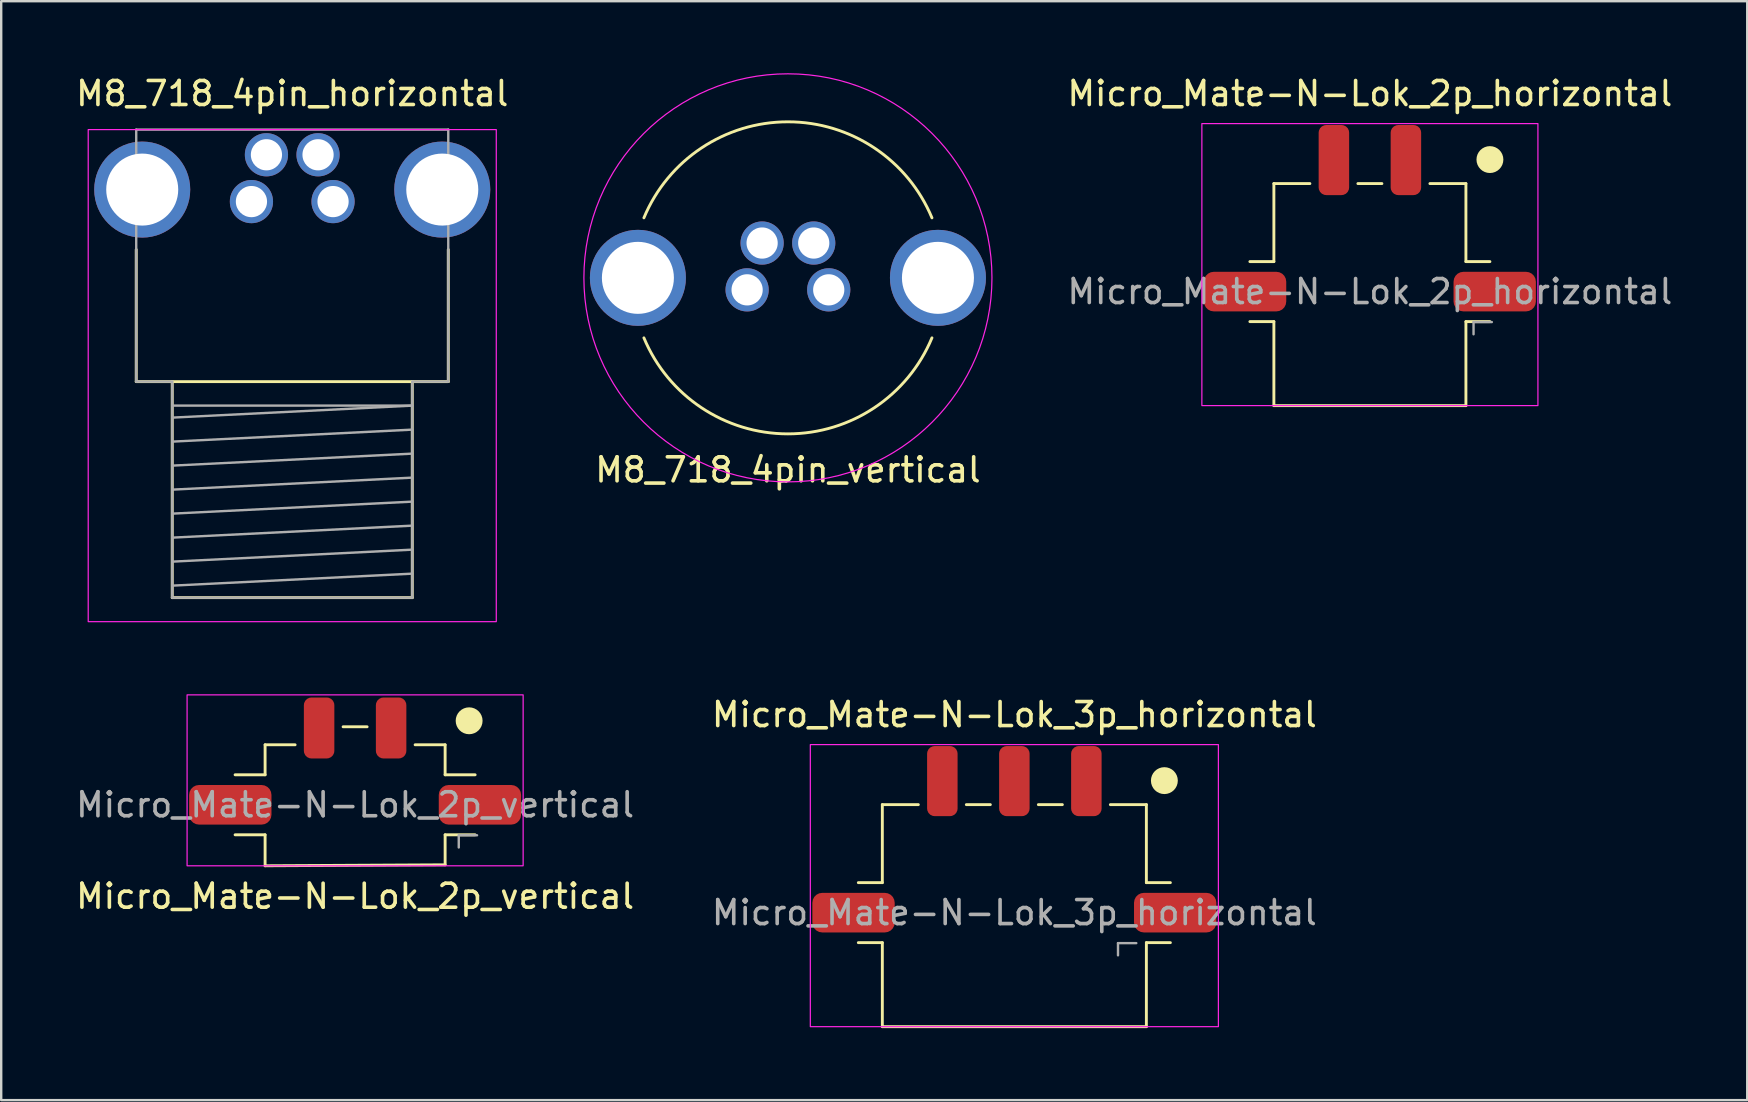
<source format=kicad_pcb>
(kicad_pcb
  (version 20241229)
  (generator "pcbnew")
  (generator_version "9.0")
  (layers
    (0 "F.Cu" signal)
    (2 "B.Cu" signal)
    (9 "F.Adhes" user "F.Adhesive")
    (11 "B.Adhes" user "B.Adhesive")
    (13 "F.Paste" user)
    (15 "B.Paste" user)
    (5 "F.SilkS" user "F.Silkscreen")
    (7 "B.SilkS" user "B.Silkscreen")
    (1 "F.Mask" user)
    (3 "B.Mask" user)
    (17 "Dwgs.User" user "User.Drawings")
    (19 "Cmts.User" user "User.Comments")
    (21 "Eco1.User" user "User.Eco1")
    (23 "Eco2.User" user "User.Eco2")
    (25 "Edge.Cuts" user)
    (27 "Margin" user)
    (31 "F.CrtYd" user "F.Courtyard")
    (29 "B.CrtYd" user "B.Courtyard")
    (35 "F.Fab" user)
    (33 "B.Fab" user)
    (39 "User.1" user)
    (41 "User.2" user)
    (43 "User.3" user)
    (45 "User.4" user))
  (footprint "Micro_Mate-N-Lok_2p_vertical"
    (layer "F.Cu")
    (at 11.744 30.478)
    (property "Reference" "Micro_Mate-N-Lok_2p_vertical" (at 0 3.81 0) (unlocked yes) (layer "F.SilkS") (effects (font (size 1 1) (thickness 0.15))))
    (attr smd)
    (fp_line (start -3.75 -2.5) (end -2.5 -2.5) (stroke (width 0.12) (type solid)) (layer "F.SilkS"))
    (fp_line (start -3.75 -1.25) (end -5 -1.25) (stroke (width 0.12) (type solid)) (layer "F.SilkS"))
    (fp_line (start -3.75 -1.25) (end -3.75 -2.5) (stroke (width 0.12) (type solid)) (layer "F.SilkS"))
    (fp_line (start -3.75 1.25) (end -5 1.25) (stroke (width 0.12) (type solid)) (layer "F.SilkS"))
    (fp_line (start -3.75 1.25) (end -3.75 2.54) (stroke (width 0.12) (type solid)) (layer "F.SilkS"))
    (fp_line (start -3.75 2.54) (end 3.75 2.5) (stroke (width 0.12) (type solid)) (layer "F.SilkS"))
    (fp_line (start -0.5 -3.25) (end 0.5 -3.25) (stroke (width 0.12) (type solid)) (layer "F.SilkS"))
    (fp_line (start 3.75 -2.5) (end 2.5 -2.5) (stroke (width 0.12) (type solid)) (layer "F.SilkS"))
    (fp_line (start 3.75 -1.25) (end 3.75 -2.5) (stroke (width 0.12) (type solid)) (layer "F.SilkS"))
    (fp_line (start 3.75 -1.25) (end 5 -1.25) (stroke (width 0.12) (type solid)) (layer "F.SilkS"))
    (fp_line (start 3.75 1.25) (end 5 1.25) (stroke (width 0.12) (type solid)) (layer "F.SilkS"))
    (fp_line (start 3.75 2.5) (end 3.75 1.25) (stroke (width 0.12) (type solid)) (layer "F.SilkS"))
    (fp_circle (center 4.75 -3.5) (end 5.25 -3.5) (stroke (width 0.12) (type solid)) (fill yes) (layer "F.SilkS"))
    (fp_rect (start -7 -4.58) (end 7 2.54) (stroke (width 0.05) (type solid)) (fill no) (layer "F.CrtYd"))
    (fp_line (start 4.318 1.27) (end 5.08 1.27) (stroke (width 0.1) (type solid)) (layer "F.Fab"))
    (fp_line (start 4.318 1.778) (end 4.318 1.27) (stroke (width 0.1) (type solid)) (layer "F.Fab"))
    (fp_text user "${REFERENCE}" (at 0 0 0) (unlocked yes) (layer "F.Fab") (effects (font (size 1 1) (thickness 0.15))))
    (pad "" smd roundrect (at -5.2 0) (size 3.43 1.65) (layers "F.Cu" "F.Mask" "F.Paste") (roundrect_rratio 0.25))
    (pad "" smd roundrect (at 5.2 0) (size 3.43 1.65) (layers "F.Cu" "F.Mask" "F.Paste") (roundrect_rratio 0.25))
    (pad "1" smd roundrect (at 1.5 -3.2) (size 1.27 2.54) (layers "F.Cu" "F.Mask" "F.Paste") (roundrect_rratio 0.25))
    (pad "2" smd roundrect (at -1.5 -3.2) (size 1.27 2.54) (layers "F.Cu" "F.Mask" "F.Paste") (roundrect_rratio 0.25)))
  (footprint "M8_718_4pin_vertical"
    (layer "F.Cu")
    (at 29.775 8.525)
    (property "Reference" "M8_718_4pin_vertical" (at 0 8 0) (layer "F.SilkS") (effects (font (size 1 1) (thickness 0.15))))
    (attr through_hole)
    (fp_arc (start -6 -2.5) (mid 0 -6.5) (end 6 -2.5) (stroke (width 0.12) (type solid)) (layer "F.SilkS"))
    (fp_arc (start 6 2.5) (mid 0 6.5) (end -6 2.5) (stroke (width 0.12) (type solid)) (layer "F.SilkS"))
    (fp_circle (center 0 0) (end 8.5 0) (stroke (width 0.05) (type solid)) (fill no) (layer "F.CrtYd"))
    (pad "1" thru_hole circle (at 1.7 0.5) (size 1.8 1.8) (drill 1.3) (layers "*.Cu" "*.Mask"))
    (pad "2" thru_hole circle (at 1.075 -1.45) (size 1.8 1.8) (drill 1.3) (layers "*.Cu" "*.Mask"))
    (pad "3" thru_hole circle (at -1.7 0.5) (size 1.8 1.8) (drill 1.3) (layers "*.Cu" "*.Mask"))
    (pad "4" thru_hole circle (at -1.075 -1.45) (size 1.8 1.8) (drill 1.3) (layers "*.Cu" "*.Mask"))
    (pad "5" thru_hole circle (at -6.25 0) (size 4 4) (drill 3) (layers "*.Cu" "*.Mask"))
    (pad "5" thru_hole circle (at 6.25 0) (size 4 4) (drill 3) (layers "*.Cu" "*.Mask")))
  (footprint "Micro_Mate-N-Lok_2p_horizontal"
    (layer "F.Cu")
    (at 54.02 9.098)
    (property "Reference" "Micro_Mate-N-Lok_2p_horizontal" (at 0 -8.25 0) (unlocked yes) (layer "F.SilkS") (effects (font (size 1 1) (thickness 0.15))))
    (attr smd)
    (fp_line (start -5 1.25) (end -4 1.25) (stroke (width 0.12) (type solid)) (layer "F.SilkS"))
    (fp_line (start -4 -4.5) (end -2.5 -4.5) (stroke (width 0.12) (type solid)) (layer "F.SilkS"))
    (fp_line (start -4 -1.25) (end -5 -1.25) (stroke (width 0.12) (type solid)) (layer "F.SilkS"))
    (fp_line (start -4 -1.25) (end -4 -4.5) (stroke (width 0.12) (type solid)) (layer "F.SilkS"))
    (fp_line (start -4 1.25) (end -4 4.75) (stroke (width 0.12) (type solid)) (layer "F.SilkS"))
    (fp_line (start -4 4.75) (end 4 4.75) (stroke (width 0.12) (type solid)) (layer "F.SilkS"))
    (fp_line (start -0.5 -4.5) (end 0.5 -4.5) (stroke (width 0.12) (type solid)) (layer "F.SilkS"))
    (fp_line (start 2.5 -4.5) (end 4 -4.5) (stroke (width 0.12) (type solid)) (layer "F.SilkS"))
    (fp_line (start 4 -1.25) (end 4 -4.5) (stroke (width 0.12) (type solid)) (layer "F.SilkS"))
    (fp_line (start 4 1.25) (end 5 1.25) (stroke (width 0.12) (type solid)) (layer "F.SilkS"))
    (fp_line (start 4 4.75) (end 4 1.25) (stroke (width 0.12) (type solid)) (layer "F.SilkS"))
    (fp_line (start 5 -1.25) (end 4 -1.25) (stroke (width 0.12) (type solid)) (layer "F.SilkS"))
    (fp_circle (center 5 -5.5) (end 5.5 -5.5) (stroke (width 0.12) (type solid)) (fill yes) (layer "F.SilkS"))
    (fp_rect (start -7 -7) (end 7 4.75) (stroke (width 0.05) (type solid)) (fill no) (layer "F.CrtYd"))
    (fp_line (start 4.318 1.27) (end 5.08 1.27) (stroke (width 0.1) (type solid)) (layer "F.Fab"))
    (fp_line (start 4.318 1.778) (end 4.318 1.27) (stroke (width 0.1) (type solid)) (layer "F.Fab"))
    (fp_text user "${REFERENCE}" (at 0 0 0) (unlocked yes) (layer "F.Fab") (effects (font (size 1 1) (thickness 0.15))))
    (pad "" smd roundrect (at -5.2 0) (size 3.43 1.65) (layers "F.Cu" "F.Mask" "F.Paste") (roundrect_rratio 0.25))
    (pad "" smd roundrect (at 5.2 0) (size 3.43 1.65) (layers "F.Cu" "F.Mask" "F.Paste") (roundrect_rratio 0.25))
    (pad "1" smd roundrect (at 1.5 -5.48) (size 1.27 2.92) (layers "F.Cu" "F.Mask" "F.Paste") (roundrect_rratio 0.25))
    (pad "2" smd roundrect (at -1.5 -5.48) (size 1.27 2.92) (layers "F.Cu" "F.Mask" "F.Paste") (roundrect_rratio 0.25)))
  (footprint "Micro_Mate-N-Lok_3p_horizontal"
    (layer "F.Cu")
    (at 39.208 34.971)
    (property "Reference" "Micro_Mate-N-Lok_3p_horizontal" (at 0 -8.25 0) (unlocked yes) (layer "F.SilkS") (effects (font (size 1 1) (thickness 0.15))))
    (attr smd)
    (fp_line (start -6.5 1.25) (end -5.5 1.25) (stroke (width 0.12) (type solid)) (layer "F.SilkS"))
    (fp_line (start -5.5 -4.5) (end -4 -4.5) (stroke (width 0.12) (type solid)) (layer "F.SilkS"))
    (fp_line (start -5.5 -1.25) (end -6.5 -1.25) (stroke (width 0.12) (type solid)) (layer "F.SilkS"))
    (fp_line (start -5.5 -1.25) (end -5.5 -4.5) (stroke (width 0.12) (type solid)) (layer "F.SilkS"))
    (fp_line (start -5.5 1.25) (end -5.5 4.75) (stroke (width 0.12) (type solid)) (layer "F.SilkS"))
    (fp_line (start -5.5 4.75) (end 5.5 4.75) (stroke (width 0.12) (type solid)) (layer "F.SilkS"))
    (fp_line (start -2 -4.5) (end -1 -4.5) (stroke (width 0.12) (type solid)) (layer "F.SilkS"))
    (fp_line (start 1 -4.5) (end 2 -4.5) (stroke (width 0.12) (type solid)) (layer "F.SilkS"))
    (fp_line (start 4 -4.5) (end 5.5 -4.5) (stroke (width 0.12) (type solid)) (layer "F.SilkS"))
    (fp_line (start 5.5 -1.25) (end 5.5 -4.5) (stroke (width 0.12) (type solid)) (layer "F.SilkS"))
    (fp_line (start 5.5 1.25) (end 6.5 1.25) (stroke (width 0.12) (type solid)) (layer "F.SilkS"))
    (fp_line (start 5.5 4.75) (end 5.5 1.25) (stroke (width 0.12) (type solid)) (layer "F.SilkS"))
    (fp_line (start 6.5 -1.25) (end 5.5 -1.25) (stroke (width 0.12) (type solid)) (layer "F.SilkS"))
    (fp_circle (center 6.25 -5.5) (end 6.75 -5.5) (stroke (width 0.12) (type solid)) (fill yes) (layer "F.SilkS"))
    (fp_rect (start -8.5 -7) (end 8.5 4.75) (stroke (width 0.05) (type solid)) (fill no) (layer "F.CrtYd"))
    (fp_line (start 4.318 1.27) (end 5.08 1.27) (stroke (width 0.1) (type solid)) (layer "F.Fab"))
    (fp_line (start 4.318 1.778) (end 4.318 1.27) (stroke (width 0.1) (type solid)) (layer "F.Fab"))
    (fp_text user "${REFERENCE}" (at 0 0 0) (unlocked yes) (layer "F.Fab") (effects (font (size 1 1) (thickness 0.15))))
    (pad "" smd roundrect (at -6.7 0) (size 3.43 1.65) (layers "F.Cu" "F.Mask" "F.Paste") (roundrect_rratio 0.25))
    (pad "" smd roundrect (at 6.7 0) (size 3.43 1.65) (layers "F.Cu" "F.Mask" "F.Paste") (roundrect_rratio 0.25))
    (pad "1" smd roundrect (at 3 -5.48) (size 1.27 2.92) (layers "F.Cu" "F.Mask" "F.Paste") (roundrect_rratio 0.25))
    (pad "2" smd roundrect (at 0 -5.48) (size 1.27 2.92) (layers "F.Cu" "F.Mask" "F.Paste") (roundrect_rratio 0.25))
    (pad "3" smd roundrect (at -3 -5.48) (size 1.27 2.92) (layers "F.Cu" "F.Mask" "F.Paste") (roundrect_rratio 0.25)))
  (footprint "M8_718_4pin_horizontal"
    (layer "F.Cu")
    (at 9.125 5.348)
    (property "Reference" "M8_718_4pin_horizontal" (at 0 -4.5 0) (layer "F.SilkS") (effects (font (size 1 1) (thickness 0.15))))
    (attr through_hole)
    (fp_line (start -6.5 7.5) (end -6.5 2) (stroke (width 0.12) (type solid)) (layer "F.SilkS"))
    (fp_line (start -5 16.5) (end -5 7.5) (stroke (width 0.12) (type solid)) (layer "F.SilkS"))
    (fp_line (start 5 7.5) (end 5 16.5) (stroke (width 0.12) (type solid)) (layer "F.SilkS"))
    (fp_line (start 5 16.5) (end -5 16.5) (stroke (width 0.12) (type solid)) (layer "F.SilkS"))
    (fp_line (start 6.5 2) (end 6.5 7.5) (stroke (width 0.12) (type solid)) (layer "F.SilkS"))
    (fp_line (start 6.5 7.5) (end -6.5 7.5) (stroke (width 0.12) (type solid)) (layer "F.SilkS"))
    (fp_rect (start -8.5 -3) (end 8.5 17.5) (stroke (width 0.05) (type solid)) (fill no) (layer "F.CrtYd"))
    (fp_line (start -6.5 7.5) (end -6.5 -3) (stroke (width 0.1) (type solid)) (layer "F.Fab"))
    (fp_line (start -5 7.5) (end -6.5 7.5) (stroke (width 0.1) (type solid)) (layer "F.Fab"))
    (fp_line (start -5 7.5) (end -5 16.5) (stroke (width 0.1) (type solid)) (layer "F.Fab"))
    (fp_line (start -5 8.5) (end 5 8.5) (stroke (width 0.1) (type solid)) (layer "F.Fab"))
    (fp_line (start -5 9) (end 5 8.5) (stroke (width 0.1) (type solid)) (layer "F.Fab"))
    (fp_line (start -5 10) (end 5 9.5) (stroke (width 0.1) (type solid)) (layer "F.Fab"))
    (fp_line (start -5 11) (end 5 10.5) (stroke (width 0.1) (type solid)) (layer "F.Fab"))
    (fp_line (start -5 12) (end 5 11.5) (stroke (width 0.1) (type solid)) (layer "F.Fab"))
    (fp_line (start -5 13) (end 5 12.5) (stroke (width 0.1) (type solid)) (layer "F.Fab"))
    (fp_line (start -5 14) (end 5 13.5) (stroke (width 0.1) (type solid)) (layer "F.Fab"))
    (fp_line (start -5 15) (end 5 14.5) (stroke (width 0.1) (type solid)) (layer "F.Fab"))
    (fp_line (start -5 16) (end 5 15.5) (stroke (width 0.1) (type solid)) (layer "F.Fab"))
    (fp_line (start -5 16.5) (end 5 16.5) (stroke (width 0.1) (type solid)) (layer "F.Fab"))
    (fp_line (start 5 7.5) (end 6.5 7.5) (stroke (width 0.1) (type solid)) (layer "F.Fab"))
    (fp_line (start 5 16.5) (end 5 7.5) (stroke (width 0.1) (type solid)) (layer "F.Fab"))
    (fp_line (start 6.5 -3) (end -6.5 -3) (stroke (width 0.1) (type solid)) (layer "F.Fab"))
    (fp_line (start 6.5 7.5) (end 6.5 -3) (stroke (width 0.1) (type solid)) (layer "F.Fab"))
    (pad "1" thru_hole circle (at 1.7 0) (size 1.8 1.8) (drill 1.3) (layers "*.Cu" "*.Mask"))
    (pad "2" thru_hole circle (at 1.075 -1.95) (size 1.8 1.8) (drill 1.3) (layers "*.Cu" "*.Mask"))
    (pad "3" thru_hole circle (at -1.7 0) (size 1.8 1.8) (drill 1.3) (layers "*.Cu" "*.Mask"))
    (pad "4" thru_hole circle (at -1.075 -1.95) (size 1.8 1.8) (drill 1.3) (layers "*.Cu" "*.Mask"))
    (pad "5" thru_hole circle (at -6.25 -0.5) (size 4 4) (drill 3) (layers "*.Cu" "*.Mask"))
    (pad "5" thru_hole circle (at 6.25 -0.5) (size 4 4) (drill 3) (layers "*.Cu" "*.Mask")))
  (gr_rect
    (start -3 -3)
    (end 69.74 42.782)
    (stroke (width 0.1) (type default))
    (fill no)
    (layer "Edge.Cuts")))
</source>
